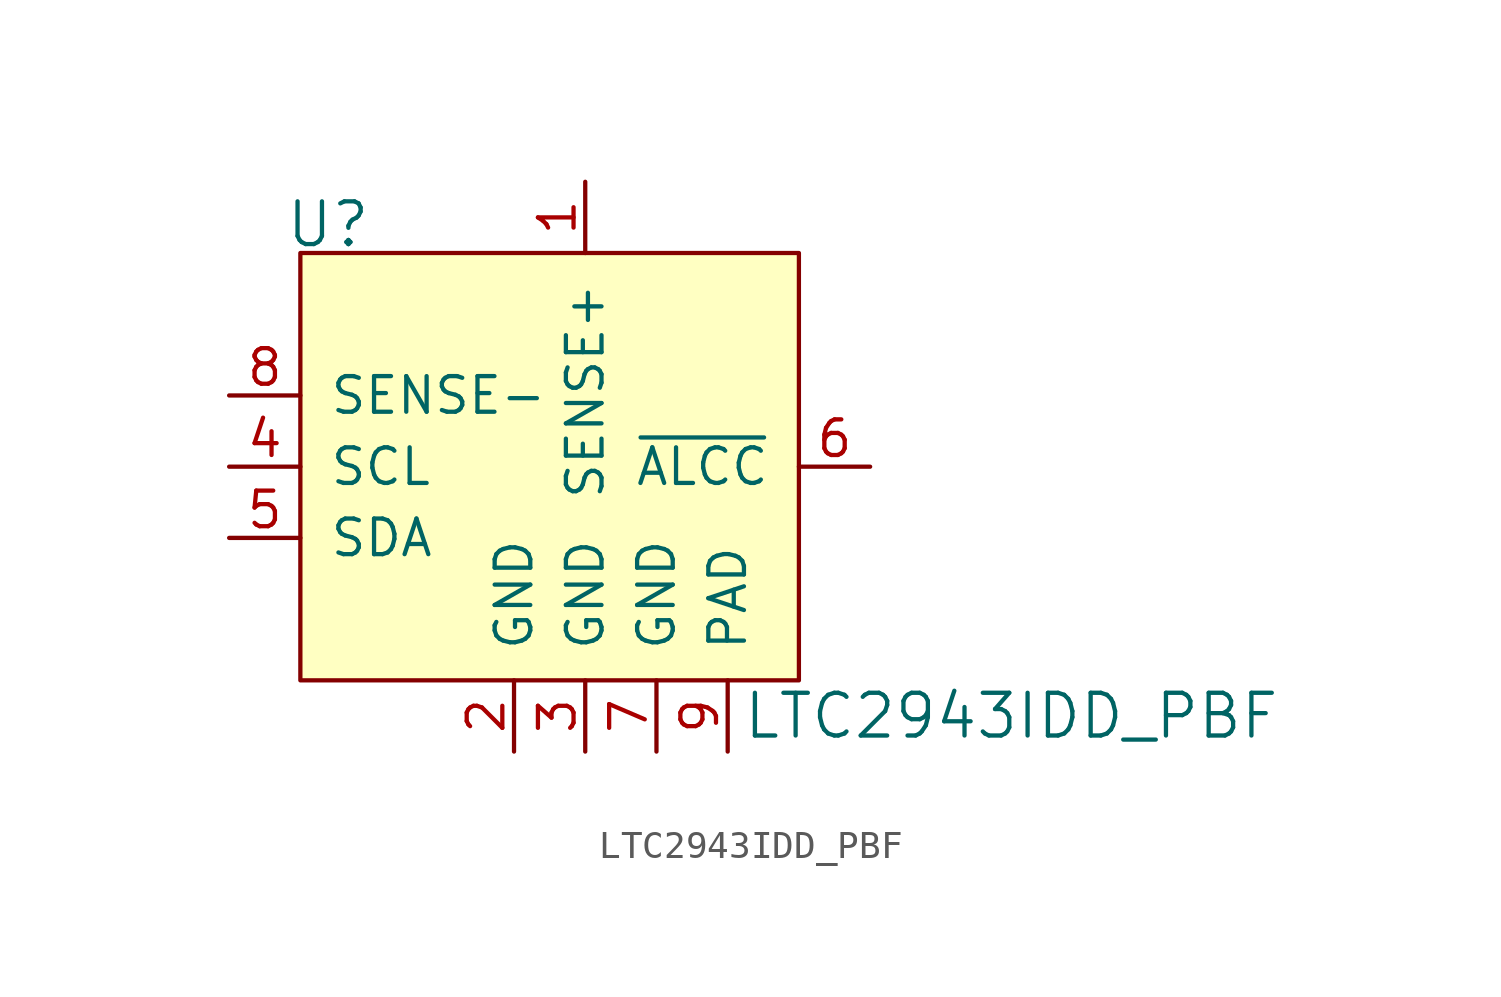
<source format=kicad_sym>
(kicad_symbol_lib
  (version 20211014)
  (generator kicad_symbol_editor)
  (symbol "LTC2943IDD_PBF"
    (pin_names
      (offset 1.016))
    (property "Reference" "U"
      (at -5.08 3.556 0)
      (effects (font (size 1.524 1.524)) (justify right)))
    (property "Value" "LTC2943IDD_PBF"
      (at 8.128 -13.97 0)
      (effects (font (size 1.524 1.524)) (justify left)))
    (symbol "LTC2943IDD_PBF_0_1"
      (rectangle (start -7.62 2.54) (end 10.16 -12.7) (stroke (width 0) (type default) (color 0 0 0 0)) (fill (type background))))
    (symbol "LTC2943IDD_PBF_1_0"
      (pin power_in line (at 2.54 5.08 270) (length 2.54) (name "SENSE+" (effects (font (size 1.27 1.27)))) (number "1" (effects (font (size 1.27 1.27))))))
    (symbol "LTC2943IDD_PBF_1_1"
      (pin power_in line (at 0 -15.24 90) (length 2.54) (name "GND" (effects (font (size 1.27 1.27)))) (number "2" (effects (font (size 1.27 1.27)))))
      (pin power_in line (at 2.54 -15.24 90) (length 2.54) (name "GND" (effects (font (size 1.27 1.27)))) (number "3" (effects (font (size 1.27 1.27)))))
      (pin input line (at -10.16 -5.08 0) (length 2.54) (name "SCL" (effects (font (size 1.27 1.27)))) (number "4" (effects (font (size 1.27 1.27)))))
      (pin bidirectional line (at -10.16 -7.62 0) (length 2.54) (name "SDA" (effects (font (size 1.27 1.27)))) (number "5" (effects (font (size 1.27 1.27)))))
      (pin bidirectional line (at 12.7 -5.08 180) (length 2.54) (name "~{ALCC}" (effects (font (size 1.27 1.27)))) (number "6" (effects (font (size 1.27 1.27)))))
      (pin power_in line (at 5.08 -15.24 90) (length 2.54) (name "GND" (effects (font (size 1.27 1.27)))) (number "7" (effects (font (size 1.27 1.27)))))
      (pin input line (at -10.16 -2.54 0) (length 2.54) (name "SENSE-" (effects (font (size 1.27 1.27)))) (number "8" (effects (font (size 1.27 1.27)))))
      (pin power_in line (at 7.62 -15.24 90) (length 2.54) (name "PAD" (effects (font (size 1.27 1.27)))) (number "9" (effects (font (size 1.27 1.27))))))))
</source>
